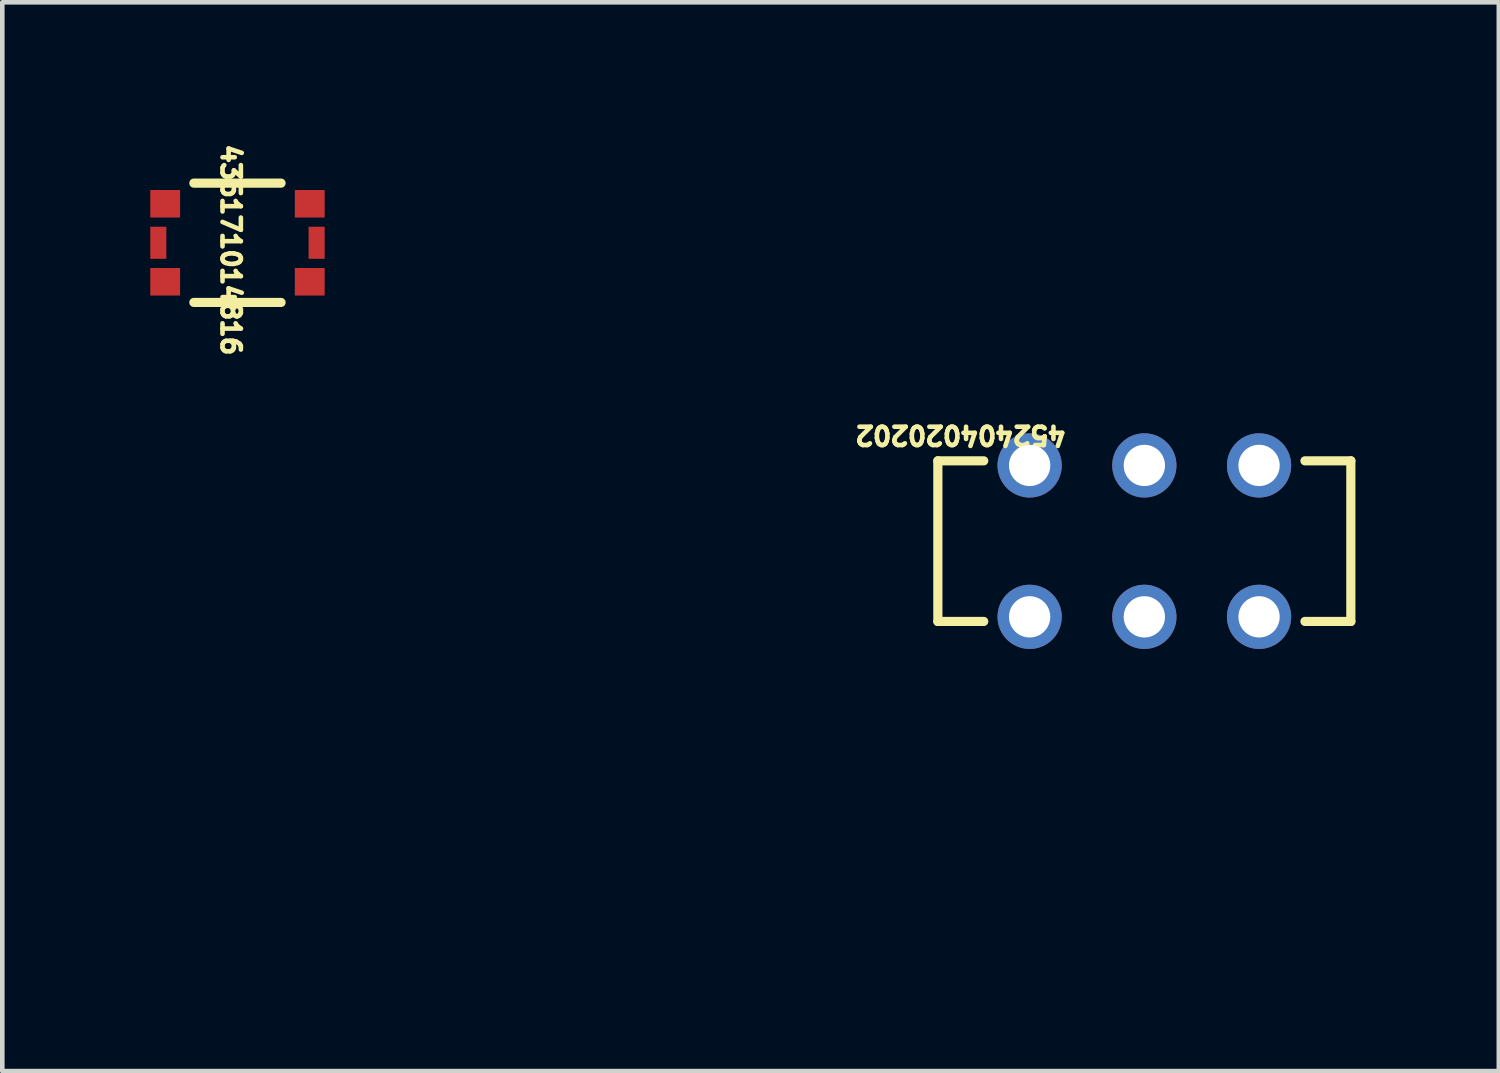
<source format=kicad_pcb>
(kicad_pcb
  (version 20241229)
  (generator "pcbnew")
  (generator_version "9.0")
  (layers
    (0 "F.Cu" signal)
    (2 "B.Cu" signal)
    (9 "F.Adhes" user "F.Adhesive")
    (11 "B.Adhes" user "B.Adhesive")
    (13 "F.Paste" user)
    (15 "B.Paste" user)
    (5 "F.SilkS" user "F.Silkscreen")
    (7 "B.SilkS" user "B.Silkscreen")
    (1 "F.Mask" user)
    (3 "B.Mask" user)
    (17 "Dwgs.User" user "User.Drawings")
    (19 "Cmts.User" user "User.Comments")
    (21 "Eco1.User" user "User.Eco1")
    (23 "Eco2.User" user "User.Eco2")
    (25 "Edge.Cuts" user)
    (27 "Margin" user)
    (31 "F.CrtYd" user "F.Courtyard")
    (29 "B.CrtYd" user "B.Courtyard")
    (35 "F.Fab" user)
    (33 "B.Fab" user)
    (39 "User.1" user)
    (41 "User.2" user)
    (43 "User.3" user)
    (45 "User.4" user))
  (footprint "452404020202"
    (layer "F.Cu")
    (at 21.889 8.743)
    (property "Reference" "452404020202" (at -4 -2.314 180) (unlocked yes) (layer "F.SilkS") (effects (font (size 0.4 0.4) (thickness 0.1))))
    (fp_line (start -4.5 -1.75) (end -4.5 1.75) (stroke (width 0.2) (type solid)) (layer "F.SilkS"))
    (fp_line (start -3.5 -1.75) (end -4.5 -1.75) (stroke (width 0.2) (type solid)) (layer "F.SilkS"))
    (fp_line (start -3.5 1.75) (end -4.5 1.75) (stroke (width 0.2) (type solid)) (layer "F.SilkS"))
    (fp_line (start 4.5 -1.75) (end 3.5 -1.75) (stroke (width 0.2) (type solid)) (layer "F.SilkS"))
    (fp_line (start 4.5 -1.75) (end 4.5 1.75) (stroke (width 0.2) (type solid)) (layer "F.SilkS"))
    (fp_line (start 4.5 1.75) (end 3.5 1.75) (stroke (width 0.2) (type solid)) (layer "F.SilkS"))
    (fp_line (start -4.7 -2.55) (end -4.7 2.55) (stroke (width 0.05) (type solid)) (layer "User.2"))
    (fp_line (start 4.7 -2.55) (end -4.7 -2.55) (stroke (width 0.05) (type solid)) (layer "User.2"))
    (fp_line (start 4.7 -2.55) (end 4.7 2.55) (stroke (width 0.05) (type solid)) (layer "User.2"))
    (fp_line (start 4.7 2.55) (end -4.7 2.55) (stroke (width 0.05) (type solid)) (layer "User.2"))
    (fp_line (start 0 -0.5) (end 0 0.5) (stroke (width 0.05) (type solid)) (layer "User.3"))
    (fp_line (start 0.5 0) (end -0.5 0) (stroke (width 0.05) (type solid)) (layer "User.3"))
    (fp_line (start -4.5 -1.75) (end -4.5 1.75) (stroke (width 0.1) (type solid)) (layer "User.11"))
    (fp_line (start 4.5 -1.75) (end -4.5 -1.75) (stroke (width 0.1) (type solid)) (layer "User.11"))
    (fp_line (start 4.5 -1.75) (end 4.5 1.75) (stroke (width 0.1) (type solid)) (layer "User.11"))
    (fp_line (start 4.5 1.75) (end -4.5 1.75) (stroke (width 0.1) (type solid)) (layer "User.11"))
    (fp_text user "${REFERENCE}" (at 0.121 -0.096 90) (unlocked yes) (layer "User.6") (effects (font (size 1.5 1.5) (thickness 0.15))))
    (pad "1" thru_hole circle (at 2.5 -1.65) (size 1.4 1.4) (drill 0.9) (layers "*.Cu" "*.Mask"))
    (pad "2" thru_hole circle (at 0 -1.65) (size 1.4 1.4) (drill 0.9) (layers "*.Cu" "*.Mask"))
    (pad "3" thru_hole circle (at -2.5 -1.65) (size 1.4 1.4) (drill 0.9) (layers "*.Cu" "*.Mask"))
    (pad "4" thru_hole circle (at 2.5 1.65) (size 1.4 1.4) (drill 0.9) (layers "*.Cu" "*.Mask"))
    (pad "5" thru_hole circle (at 0 1.65) (size 1.4 1.4) (drill 0.9) (layers "*.Cu" "*.Mask"))
    (pad "6" thru_hole circle (at -2.5 1.65) (size 1.4 1.4) (drill 0.9) (layers "*.Cu" "*.Mask")))
  (footprint "435171014816"
    (layer "F.Cu")
    (at 2.125 2.241)
    (property "Reference" "435171014816" (at -0.146 0.155 270) (unlocked yes) (layer "F.SilkS") (effects (font (size 0.4 0.4) (thickness 0.1))))
    (fp_line (start 0.95 -1.3) (end -0.95 -1.3) (stroke (width 0.2) (type solid)) (layer "F.SilkS"))
    (fp_line (start 0.95 1.3) (end -0.95 1.3) (stroke (width 0.2) (type solid)) (layer "F.SilkS"))
    (fp_line (start -2.1 -1.65) (end -2.1 1.65) (stroke (width 0.05) (type solid)) (layer "User.2"))
    (fp_line (start 2.1 -1.65) (end -2.1 -1.65) (stroke (width 0.05) (type solid)) (layer "User.2"))
    (fp_line (start 2.1 -1.65) (end 2.1 1.65) (stroke (width 0.05) (type solid)) (layer "User.2"))
    (fp_line (start 2.1 1.65) (end -2.1 1.65) (stroke (width 0.05) (type solid)) (layer "User.2"))
    (fp_line (start 0 -0.5) (end 0 0.5) (stroke (width 0.05) (type solid)) (layer "User.3"))
    (fp_line (start 0.5 0) (end -0.5 0) (stroke (width 0.05) (type solid)) (layer "User.3"))
    (fp_line (start -1.5 -1.3) (end -1.5 1.3) (stroke (width 0.1) (type solid)) (layer "User.9"))
    (fp_line (start 1.5 -1.3) (end -1.5 -1.3) (stroke (width 0.1) (type solid)) (layer "User.9"))
    (fp_line (start 1.5 -1.3) (end 1.5 1.3) (stroke (width 0.1) (type solid)) (layer "User.9"))
    (fp_line (start 1.5 1.3) (end -1.5 1.3) (stroke (width 0.1) (type solid)) (layer "User.9"))
    (fp_line (start -1.5 -1.3) (end -1.5 1.3) (stroke (width 0.1) (type solid)) (layer "User.11"))
    (fp_line (start 1.5 -1.3) (end -1.5 -1.3) (stroke (width 0.1) (type solid)) (layer "User.11"))
    (fp_line (start 1.5 -1.3) (end 1.5 1.3) (stroke (width 0.1) (type solid)) (layer "User.11"))
    (fp_line (start 1.5 1.3) (end -1.5 1.3) (stroke (width 0.1) (type solid)) (layer "User.11"))
    (fp_text user "${REFERENCE}" (at -1.16 0.623 0) (unlocked yes) (layer "User.9") (effects (font (size 1 1) (thickness 0.1)) (justify left bottom)))
    (pad "1" smd rect (at -1.575 -0.85) (size 0.65 0.6) (layers "F.Cu" "F.Mask" "F.Paste"))
    (pad "2" smd rect (at 1.575 -0.85) (size 0.65 0.6) (layers "F.Cu" "F.Mask" "F.Paste"))
    (pad "3" smd rect (at -1.575 0.85) (size 0.65 0.6) (layers "F.Cu" "F.Mask" "F.Paste"))
    (pad "4" smd rect (at 1.575 0.85) (size 0.65 0.6) (layers "F.Cu" "F.Mask" "F.Paste"))
    (pad "5" smd rect (at -1.725 0) (size 0.35 0.7) (layers "F.Cu" "F.Mask" "F.Paste"))
    (pad "6" smd rect (at 1.725 0) (size 0.35 0.7) (layers "F.Cu" "F.Mask" "F.Paste")))
  (gr_rect
    (start -3 -3)
    (end 29.614 20.293)
    (stroke (width 0.1) (type default))
    (fill no)
    (layer "Edge.Cuts")))
</source>
